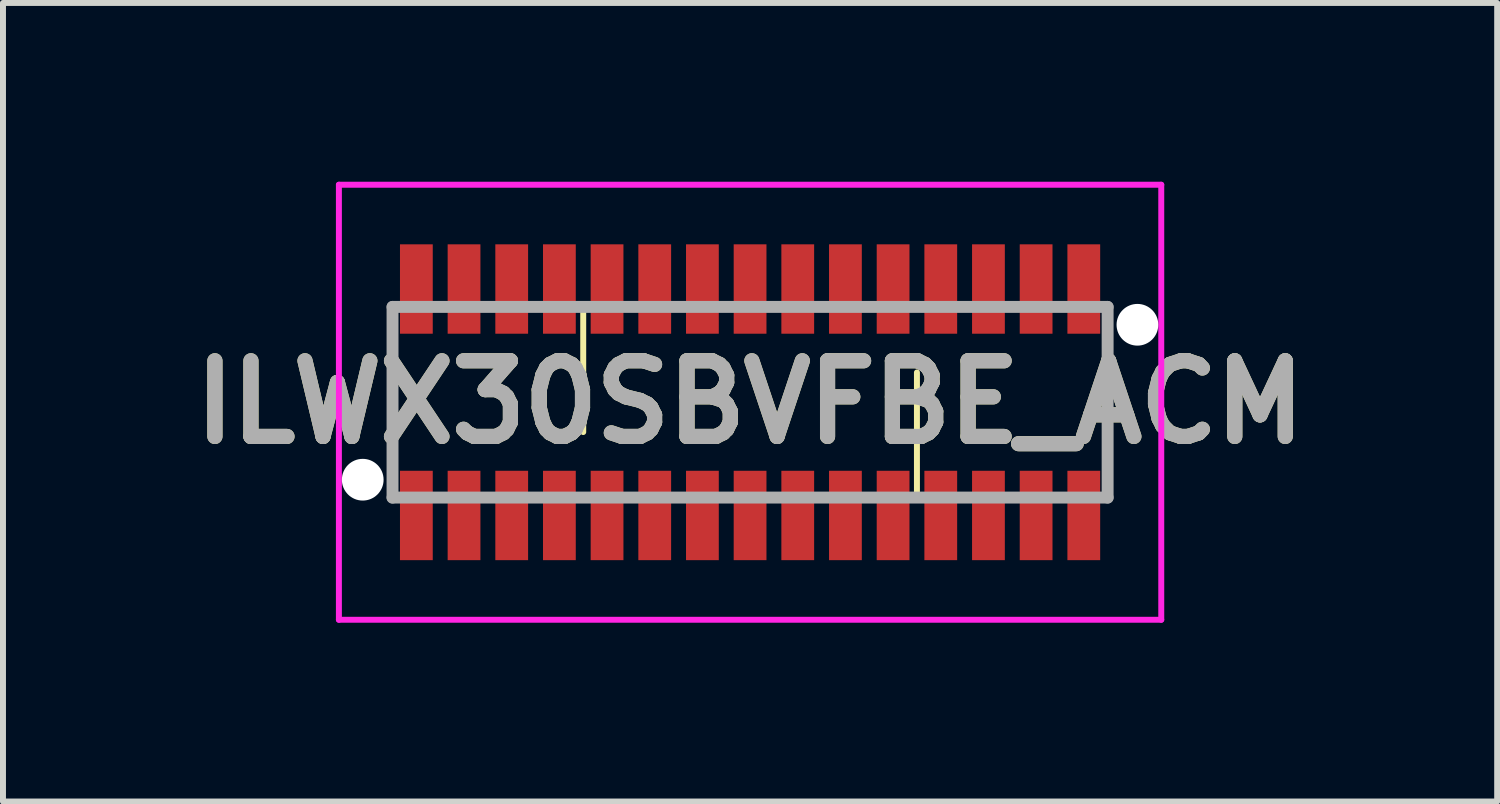
<source format=kicad_pcb>
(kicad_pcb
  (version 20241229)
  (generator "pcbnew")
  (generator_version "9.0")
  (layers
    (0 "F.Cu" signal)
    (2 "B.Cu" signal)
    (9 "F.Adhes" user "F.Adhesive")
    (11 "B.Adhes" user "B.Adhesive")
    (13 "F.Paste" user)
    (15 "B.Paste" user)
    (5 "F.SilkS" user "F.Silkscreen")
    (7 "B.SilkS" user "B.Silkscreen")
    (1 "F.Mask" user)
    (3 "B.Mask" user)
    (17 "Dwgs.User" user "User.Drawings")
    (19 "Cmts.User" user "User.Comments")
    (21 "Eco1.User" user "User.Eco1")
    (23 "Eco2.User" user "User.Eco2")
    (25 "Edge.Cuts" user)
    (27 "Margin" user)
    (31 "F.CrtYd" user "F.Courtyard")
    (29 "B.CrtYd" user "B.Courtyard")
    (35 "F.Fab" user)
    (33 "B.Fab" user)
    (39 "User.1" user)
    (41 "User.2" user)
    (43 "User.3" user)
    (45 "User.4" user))
  (footprint "ILWX30SBVFBE_ACM"
    (layer "F.Cu")
    (at 9.537 3.7)
    (property "Reference" "ILWX30SBVFBE_ACM" (at 0 0 180) (layer "F.SilkS") (effects (font (size 1.27 1.27) (thickness 0.254))))
    (attr through_hole)
    (fp_line (start -2.8 -1.6) (end -2.8 0.5) (stroke (width 0.1) (type solid)) (layer "F.SilkS"))
    (fp_line (start -2 -1.6) (end -2.8 -1.6) (stroke (width 0.1) (type solid)) (layer "F.SilkS"))
    (fp_line (start 2.8 -0.5) (end 2.8 1.6) (stroke (width 0.1) (type solid)) (layer "F.SilkS"))
    (fp_line (start 2.8 1.6) (end 2 1.6) (stroke (width 0.1) (type solid)) (layer "F.SilkS"))
    (fp_line (start -6.9 -3.65) (end 6.9 -3.65) (stroke (width 0.1) (type solid)) (layer "F.CrtYd"))
    (fp_line (start -6.9 3.65) (end -6.9 -3.65) (stroke (width 0.1) (type solid)) (layer "F.CrtYd"))
    (fp_line (start 6.9 -3.65) (end 6.9 3.65) (stroke (width 0.1) (type solid)) (layer "F.CrtYd"))
    (fp_line (start 6.9 3.65) (end -6.9 3.65) (stroke (width 0.1) (type solid)) (layer "F.CrtYd"))
    (fp_line (start -6 -1.6) (end 6 -1.6) (stroke (width 0.2) (type solid)) (layer "F.Fab"))
    (fp_line (start -6 1.6) (end -6 -1.6) (stroke (width 0.2) (type solid)) (layer "F.Fab"))
    (fp_line (start 6 -1.6) (end 6 1.6) (stroke (width 0.2) (type solid)) (layer "F.Fab"))
    (fp_line (start 6 1.6) (end -6 1.6) (stroke (width 0.2) (type solid)) (layer "F.Fab"))
    (fp_text user "${REFERENCE}" (at 0 0 180) (layer "F.Fab") (effects (font (size 1.27 1.27) (thickness 0.254))))
    (pad "" np_thru_hole circle (at -6.5 1.3) (size 0.7 0.7) (drill 0.7) (layers "*.Cu" "*.Mask"))
    (pad "" np_thru_hole circle (at 6.5 -1.3) (size 0.7 0.7) (drill 0.7) (layers "*.Cu" "*.Mask"))
    (pad "1" smd rect (at -5.6 1.9) (size 0.55 1.5) (layers "F.Cu" "F.Mask" "F.Paste"))
    (pad "2" smd rect (at -5.6 -1.9) (size 0.55 1.5) (layers "F.Cu" "F.Mask" "F.Paste"))
    (pad "3" smd rect (at -4.8 1.9) (size 0.55 1.5) (layers "F.Cu" "F.Mask" "F.Paste"))
    (pad "4" smd rect (at -4.8 -1.9) (size 0.55 1.5) (layers "F.Cu" "F.Mask" "F.Paste"))
    (pad "5" smd rect (at -4 1.9) (size 0.55 1.5) (layers "F.Cu" "F.Mask" "F.Paste"))
    (pad "6" smd rect (at -4 -1.9) (size 0.55 1.5) (layers "F.Cu" "F.Mask" "F.Paste"))
    (pad "7" smd rect (at -3.2 1.9) (size 0.55 1.5) (layers "F.Cu" "F.Mask" "F.Paste"))
    (pad "8" smd rect (at -3.2 -1.9) (size 0.55 1.5) (layers "F.Cu" "F.Mask" "F.Paste"))
    (pad "9" smd rect (at -2.4 1.9) (size 0.55 1.5) (layers "F.Cu" "F.Mask" "F.Paste"))
    (pad "10" smd rect (at -2.4 -1.9) (size 0.55 1.5) (layers "F.Cu" "F.Mask" "F.Paste"))
    (pad "11" smd rect (at -1.6 1.9) (size 0.55 1.5) (layers "F.Cu" "F.Mask" "F.Paste"))
    (pad "12" smd rect (at -1.6 -1.9) (size 0.55 1.5) (layers "F.Cu" "F.Mask" "F.Paste"))
    (pad "13" smd rect (at -0.8 1.9) (size 0.55 1.5) (layers "F.Cu" "F.Mask" "F.Paste"))
    (pad "14" smd rect (at -0.8 -1.9) (size 0.55 1.5) (layers "F.Cu" "F.Mask" "F.Paste"))
    (pad "15" smd rect (at 0 1.9) (size 0.55 1.5) (layers "F.Cu" "F.Mask" "F.Paste"))
    (pad "16" smd rect (at 0 -1.9) (size 0.55 1.5) (layers "F.Cu" "F.Mask" "F.Paste"))
    (pad "17" smd rect (at 0.8 1.9) (size 0.55 1.5) (layers "F.Cu" "F.Mask" "F.Paste"))
    (pad "18" smd rect (at 0.8 -1.9) (size 0.55 1.5) (layers "F.Cu" "F.Mask" "F.Paste"))
    (pad "19" smd rect (at 1.6 1.9) (size 0.55 1.5) (layers "F.Cu" "F.Mask" "F.Paste"))
    (pad "20" smd rect (at 1.6 -1.9) (size 0.55 1.5) (layers "F.Cu" "F.Mask" "F.Paste"))
    (pad "21" smd rect (at 2.4 1.9) (size 0.55 1.5) (layers "F.Cu" "F.Mask" "F.Paste"))
    (pad "22" smd rect (at 2.4 -1.9) (size 0.55 1.5) (layers "F.Cu" "F.Mask" "F.Paste"))
    (pad "23" smd rect (at 3.2 1.9) (size 0.55 1.5) (layers "F.Cu" "F.Mask" "F.Paste"))
    (pad "24" smd rect (at 3.2 -1.9) (size 0.55 1.5) (layers "F.Cu" "F.Mask" "F.Paste"))
    (pad "25" smd rect (at 4 1.9) (size 0.55 1.5) (layers "F.Cu" "F.Mask" "F.Paste"))
    (pad "26" smd rect (at 4 -1.9) (size 0.55 1.5) (layers "F.Cu" "F.Mask" "F.Paste"))
    (pad "27" smd rect (at 4.8 1.9) (size 0.55 1.5) (layers "F.Cu" "F.Mask" "F.Paste"))
    (pad "28" smd rect (at 4.8 -1.9) (size 0.55 1.5) (layers "F.Cu" "F.Mask" "F.Paste"))
    (pad "29" smd rect (at 5.6 1.9) (size 0.55 1.5) (layers "F.Cu" "F.Mask" "F.Paste"))
    (pad "30" smd rect (at 5.6 -1.9) (size 0.55 1.5) (layers "F.Cu" "F.Mask" "F.Paste")))
  (gr_rect
    (start -3 -3)
    (end 22.074 10.4)
    (stroke (width 0.1) (type default))
    (fill no)
    (layer "Edge.Cuts")))
</source>
